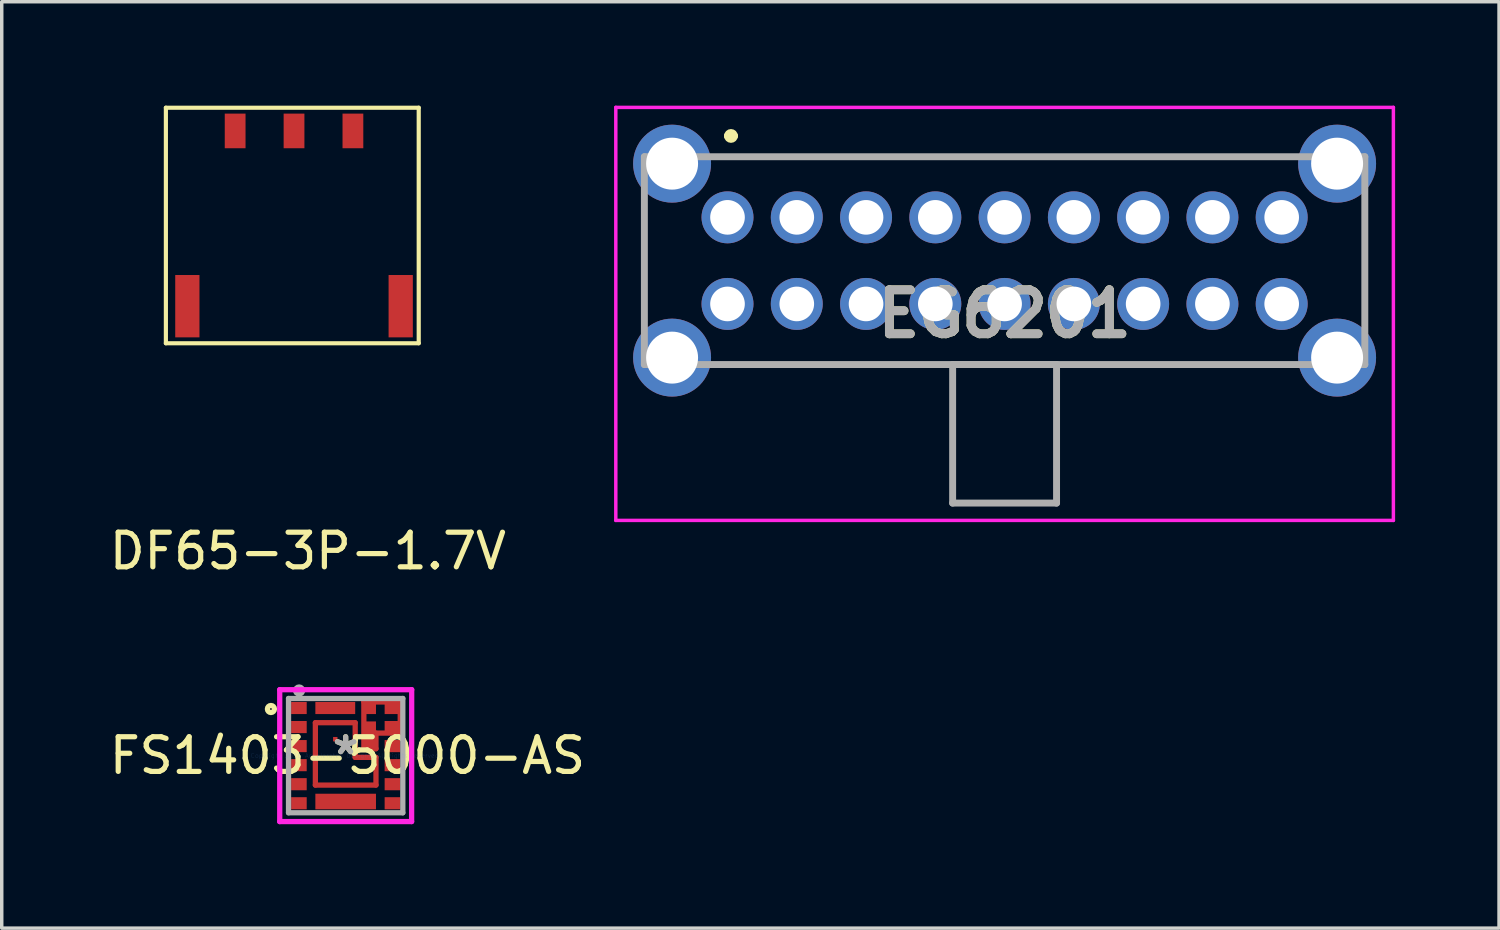
<source format=kicad_pcb>
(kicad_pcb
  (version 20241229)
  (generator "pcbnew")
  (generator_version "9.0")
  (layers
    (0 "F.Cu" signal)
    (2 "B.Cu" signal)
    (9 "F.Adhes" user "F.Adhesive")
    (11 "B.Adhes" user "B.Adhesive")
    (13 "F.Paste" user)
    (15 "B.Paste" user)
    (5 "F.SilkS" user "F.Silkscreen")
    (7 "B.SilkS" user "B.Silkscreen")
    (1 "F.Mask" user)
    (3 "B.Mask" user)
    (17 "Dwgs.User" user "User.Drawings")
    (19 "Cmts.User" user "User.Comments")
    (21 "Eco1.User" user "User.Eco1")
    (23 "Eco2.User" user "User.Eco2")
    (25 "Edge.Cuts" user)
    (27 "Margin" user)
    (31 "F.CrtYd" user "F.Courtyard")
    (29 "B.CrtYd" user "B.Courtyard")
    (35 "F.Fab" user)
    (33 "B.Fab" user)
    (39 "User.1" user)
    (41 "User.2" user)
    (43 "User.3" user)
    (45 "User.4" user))
  (footprint "DF65-3P-1.7V"
    (layer "F.Cu")
    (at 5.439 3.96)
    (property "Reference" "DF65-3P-1.7V" (at 0.4 8.9 0) (layer "F.SilkS") (effects (font (size 1 1) (thickness 0.15))))
    (attr through_hole)
    (fp_line (start -3.7 -3.9) (end -3.7 2.9) (stroke (width 0.12) (type solid)) (layer "F.SilkS"))
    (fp_line (start -3.7 2.9) (end 3.6 2.9) (stroke (width 0.12) (type solid)) (layer "F.SilkS"))
    (fp_line (start 3.6 -3.9) (end -3.7 -3.9) (stroke (width 0.12) (type solid)) (layer "F.SilkS"))
    (fp_line (start 3.6 2.9) (end 3.6 -3.9) (stroke (width 0.12) (type solid)) (layer "F.SilkS"))
    (pad "1" smd rect (at -1.7 -3.23) (size 0.6 1) (layers "F.Cu" "F.Mask" "F.Paste"))
    (pad "2" smd rect (at 0 -3.23) (size 0.6 1) (layers "F.Cu" "F.Mask" "F.Paste"))
    (pad "3" smd rect (at 1.7 -3.23) (size 0.6 1) (layers "F.Cu" "F.Mask" "F.Paste"))
    (pad "MP" smd rect (at -3.08 1.83) (size 0.7 1.8) (layers "F.Cu" "F.Mask" "F.Paste"))
    (pad "MP" smd rect (at 3.08 1.83) (size 0.7 1.8) (layers "F.Cu" "F.Mask" "F.Paste")))
  (footprint "EG6201"
    (layer "F.Cu")
    (at 17.954 3.225)
    (property "Reference" "EG6201" (at 8 2.787 0) (layer "F.SilkS") (effects (font (size 1.27 1.27) (thickness 0.254))))
    (attr through_hole)
    (fp_line (start -2.4 0.25) (end -2.4 2.25) (stroke (width 0.1) (type solid)) (layer "F.SilkS"))
    (fp_line (start 0 -2.35) (end 0 -2.35) (stroke (width 0.2) (type solid)) (layer "F.SilkS"))
    (fp_line (start 0.2 -2.35) (end 0.2 -2.35) (stroke (width 0.2) (type solid)) (layer "F.SilkS"))
    (fp_line (start 0.5 -1.75) (end 15.5 -1.75) (stroke (width 0.1) (type solid)) (layer "F.SilkS"))
    (fp_line (start 0.5 4.25) (end 15.5 4.25) (stroke (width 0.1) (type solid)) (layer "F.SilkS"))
    (fp_line (start 18.4 0.25) (end 18.4 2.25) (stroke (width 0.1) (type solid)) (layer "F.SilkS"))
    (fp_arc (start 0 -2.35) (mid 0.1 -2.45) (end 0.2 -2.35) (stroke (width 0.2) (type solid)) (layer "F.SilkS"))
    (fp_arc (start 0.2 -2.35) (mid 0.1 -2.25) (end 0 -2.35) (stroke (width 0.2) (type solid)) (layer "F.SilkS"))
    (fp_line (start -3.225 -3.175) (end 19.225 -3.175) (stroke (width 0.1) (type solid)) (layer "F.CrtYd"))
    (fp_line (start -3.225 8.75) (end -3.225 -3.175) (stroke (width 0.1) (type solid)) (layer "F.CrtYd"))
    (fp_line (start 19.225 -3.175) (end 19.225 8.75) (stroke (width 0.1) (type solid)) (layer "F.CrtYd"))
    (fp_line (start 19.225 8.75) (end -3.225 8.75) (stroke (width 0.1) (type solid)) (layer "F.CrtYd"))
    (fp_line (start -2.4 -1.75) (end 18.4 -1.75) (stroke (width 0.2) (type solid)) (layer "F.Fab"))
    (fp_line (start -2.4 4.25) (end -2.4 -1.75) (stroke (width 0.2) (type solid)) (layer "F.Fab"))
    (fp_line (start 6.5 4.25) (end 9.5 4.25) (stroke (width 0.2) (type solid)) (layer "F.Fab"))
    (fp_line (start 6.5 8.25) (end 6.5 4.25) (stroke (width 0.2) (type solid)) (layer "F.Fab"))
    (fp_line (start 9.5 4.25) (end 9.5 8.25) (stroke (width 0.2) (type solid)) (layer "F.Fab"))
    (fp_line (start 9.5 8.25) (end 6.5 8.25) (stroke (width 0.2) (type solid)) (layer "F.Fab"))
    (fp_line (start 18.4 -1.75) (end 18.4 4.25) (stroke (width 0.2) (type solid)) (layer "F.Fab"))
    (fp_line (start 18.4 4.25) (end -2.4 4.25) (stroke (width 0.2) (type solid)) (layer "F.Fab"))
    (fp_text user "${REFERENCE}" (at 8 2.787 0) (layer "F.Fab") (effects (font (size 1.27 1.27) (thickness 0.254))))
    (pad "1" thru_hole circle (at 0 0) (size 1.5 1.5) (drill 1) (layers "*.Cu" "*.Mask"))
    (pad "2" thru_hole circle (at 2 0) (size 1.5 1.5) (drill 1) (layers "*.Cu" "*.Mask"))
    (pad "3" thru_hole circle (at 4 0) (size 1.5 1.5) (drill 1) (layers "*.Cu" "*.Mask"))
    (pad "4" thru_hole circle (at 6 0) (size 1.5 1.5) (drill 1) (layers "*.Cu" "*.Mask"))
    (pad "5" thru_hole circle (at 8 0) (size 1.5 1.5) (drill 1) (layers "*.Cu" "*.Mask"))
    (pad "6" thru_hole circle (at 10 0) (size 1.5 1.5) (drill 1) (layers "*.Cu" "*.Mask"))
    (pad "7" thru_hole circle (at 12 0) (size 1.5 1.5) (drill 1) (layers "*.Cu" "*.Mask"))
    (pad "8" thru_hole circle (at 14 0) (size 1.5 1.5) (drill 1) (layers "*.Cu" "*.Mask"))
    (pad "9" thru_hole circle (at 16 0) (size 1.5 1.5) (drill 1) (layers "*.Cu" "*.Mask"))
    (pad "10" thru_hole circle (at 0 2.5) (size 1.5 1.5) (drill 1) (layers "*.Cu" "*.Mask"))
    (pad "11" thru_hole circle (at 2 2.5) (size 1.5 1.5) (drill 1) (layers "*.Cu" "*.Mask"))
    (pad "12" thru_hole circle (at 4 2.5) (size 1.5 1.5) (drill 1) (layers "*.Cu" "*.Mask"))
    (pad "13" thru_hole circle (at 6 2.5) (size 1.5 1.5) (drill 1) (layers "*.Cu" "*.Mask"))
    (pad "14" thru_hole circle (at 8 2.5) (size 1.5 1.5) (drill 1) (layers "*.Cu" "*.Mask"))
    (pad "15" thru_hole circle (at 10 2.5) (size 1.5 1.5) (drill 1) (layers "*.Cu" "*.Mask"))
    (pad "16" thru_hole circle (at 12 2.5) (size 1.5 1.5) (drill 1) (layers "*.Cu" "*.Mask"))
    (pad "17" thru_hole circle (at 14 2.5) (size 1.5 1.5) (drill 1) (layers "*.Cu" "*.Mask"))
    (pad "18" thru_hole circle (at 16 2.5) (size 1.5 1.5) (drill 1) (layers "*.Cu" "*.Mask"))
    (pad "MH1" thru_hole circle (at -1.6 -1.55) (size 2.25 2.25) (drill 1.5) (layers "*.Cu" "*.Mask"))
    (pad "MH2" thru_hole circle (at 17.6 -1.55) (size 2.25 2.25) (drill 1.5) (layers "*.Cu" "*.Mask"))
    (pad "MH3" thru_hole circle (at -1.6 4.05) (size 2.25 2.25) (drill 1.5) (layers "*.Cu" "*.Mask"))
    (pad "MH4" thru_hole circle (at 17.6 4.05) (size 2.25 2.25) (drill 1.5) (layers "*.Cu" "*.Mask")))
  (footprint "FS1403-5000-AS"
    (layer "F.Cu")
    (at 6.93 18.766)
    (property "Reference" "FS1403-5000-AS" (at 0.052 0 0) (layer "F.SilkS") (effects (font (size 1 1) (thickness 0.15))))
    (attr through_hole)
    (fp_line (start -0.875 -0.95) (end 0.275 -0.95) (stroke (width 0.152) (type solid)) (layer "F.Cu"))
    (fp_line (start -0.875 0.85) (end -0.875 -0.95) (stroke (width 0.152) (type solid)) (layer "F.Cu"))
    (fp_line (start 0.275 0.05) (end 0.875 0.05) (stroke (width 0.152) (type solid)) (layer "F.Cu"))
    (fp_line (start 0.275 -0.95) (end 0.275 0.05) (stroke (width 0.152) (type solid)) (layer "F.Cu"))
    (fp_line (start 0.525 -1.55) (end 1.575 -1.55) (stroke (width 0.152) (type solid)) (layer "F.Cu"))
    (fp_line (start 0.525 -0.2) (end 0.525 -1.55) (stroke (width 0.152) (type solid)) (layer "F.Cu"))
    (fp_line (start 0.875 -0.2) (end 0.525 -0.2) (stroke (width 0.152) (type solid)) (layer "F.Cu"))
    (fp_line (start 0.875 -0.65) (end 0.875 -0.2) (stroke (width 0.152) (type solid)) (layer "F.Cu"))
    (fp_line (start 0.875 0.05) (end 0.875 0.85) (stroke (width 0.152) (type solid)) (layer "F.Cu"))
    (fp_line (start 0.875 0.85) (end -0.875 0.85) (stroke (width 0.152) (type solid)) (layer "F.Cu"))
    (fp_line (start 1.575 -1.55) (end 1.575 -0.65) (stroke (width 0.152) (type solid)) (layer "F.Cu"))
    (fp_line (start 1.575 -0.65) (end 0.875 -0.65) (stroke (width 0.152) (type solid)) (layer "F.Cu"))
    (fp_line (start -1.65 -1.6) (end -1.05 -1.6) (stroke (width 0.152) (type solid)) (layer "F.Mask"))
    (fp_line (start -1.65 -1.15) (end -1.65 -1.6) (stroke (width 0.152) (type solid)) (layer "F.Mask"))
    (fp_line (start -1.65 -1.05) (end -1.05 -1.05) (stroke (width 0.152) (type solid)) (layer "F.Mask"))
    (fp_line (start -1.65 -0.6) (end -1.65 -1.05) (stroke (width 0.152) (type solid)) (layer "F.Mask"))
    (fp_line (start -1.65 -0.5) (end -1.05 -0.5) (stroke (width 0.152) (type solid)) (layer "F.Mask"))
    (fp_line (start -1.65 -0.05) (end -1.65 -0.5) (stroke (width 0.152) (type solid)) (layer "F.Mask"))
    (fp_line (start -1.65 0.05) (end -1.05 0.05) (stroke (width 0.152) (type solid)) (layer "F.Mask"))
    (fp_line (start -1.65 0.5) (end -1.65 0.05) (stroke (width 0.152) (type solid)) (layer "F.Mask"))
    (fp_line (start -1.65 0.6) (end -1.05 0.6) (stroke (width 0.152) (type solid)) (layer "F.Mask"))
    (fp_line (start -1.65 1.05) (end -1.65 0.6) (stroke (width 0.152) (type solid)) (layer "F.Mask"))
    (fp_line (start -1.65 1.15) (end -1.05 1.15) (stroke (width 0.152) (type solid)) (layer "F.Mask"))
    (fp_line (start -1.65 1.6) (end -1.65 1.15) (stroke (width 0.152) (type solid)) (layer "F.Mask"))
    (fp_line (start -1.05 -1.6) (end -1.05 -1.15) (stroke (width 0.152) (type solid)) (layer "F.Mask"))
    (fp_line (start -1.05 -1.15) (end -1.65 -1.15) (stroke (width 0.152) (type solid)) (layer "F.Mask"))
    (fp_line (start -1.05 -1.05) (end -1.05 -0.6) (stroke (width 0.152) (type solid)) (layer "F.Mask"))
    (fp_line (start -1.05 -0.6) (end -1.65 -0.6) (stroke (width 0.152) (type solid)) (layer "F.Mask"))
    (fp_line (start -1.05 -0.5) (end -1.05 -0.05) (stroke (width 0.152) (type solid)) (layer "F.Mask"))
    (fp_line (start -1.05 -0.05) (end -1.65 -0.05) (stroke (width 0.152) (type solid)) (layer "F.Mask"))
    (fp_line (start -1.05 0.05) (end -1.05 0.5) (stroke (width 0.152) (type solid)) (layer "F.Mask"))
    (fp_line (start -1.05 0.5) (end -1.65 0.5) (stroke (width 0.152) (type solid)) (layer "F.Mask"))
    (fp_line (start -1.05 0.6) (end -1.05 1.05) (stroke (width 0.152) (type solid)) (layer "F.Mask"))
    (fp_line (start -1.05 1.05) (end -1.65 1.05) (stroke (width 0.152) (type solid)) (layer "F.Mask"))
    (fp_line (start -1.05 1.15) (end -1.05 1.6) (stroke (width 0.152) (type solid)) (layer "F.Mask"))
    (fp_line (start -1.05 1.6) (end -1.65 1.6) (stroke (width 0.152) (type solid)) (layer "F.Mask"))
    (fp_line (start -0.95 -1.625) (end 0.35 -1.625) (stroke (width 0.152) (type solid)) (layer "F.Mask"))
    (fp_line (start -0.95 -1.125) (end -0.95 -1.625) (stroke (width 0.152) (type solid)) (layer "F.Mask"))
    (fp_line (start -0.95 1.025) (end -0.95 1.625) (stroke (width 0.152) (type solid)) (layer "F.Mask"))
    (fp_line (start -0.95 1.625) (end 0.95 1.625) (stroke (width 0.152) (type solid)) (layer "F.Mask"))
    (fp_line (start -0.95 -1.025) (end -0.95 0.925) (stroke (width 0.152) (type solid)) (layer "F.Mask"))
    (fp_line (start -0.95 0.925) (end 0.95 0.925) (stroke (width 0.152) (type solid)) (layer "F.Mask"))
    (fp_line (start 0.35 -0.025) (end 0.35 -1.025) (stroke (width 0.152) (type solid)) (layer "F.Mask"))
    (fp_line (start 0.35 -1.025) (end -0.95 -1.025) (stroke (width 0.152) (type solid)) (layer "F.Mask"))
    (fp_line (start 0.35 -1.625) (end 0.35 -1.125) (stroke (width 0.152) (type solid)) (layer "F.Mask"))
    (fp_line (start 0.35 -1.125) (end -0.95 -1.125) (stroke (width 0.152) (type solid)) (layer "F.Mask"))
    (fp_line (start 0.45 -1.625) (end 1.65 -1.625) (stroke (width 0.152) (type solid)) (layer "F.Mask"))
    (fp_line (start 0.45 -0.125) (end 0.45 -1.625) (stroke (width 0.152) (type solid)) (layer "F.Mask"))
    (fp_line (start 0.95 -0.025) (end 0.35 -0.025) (stroke (width 0.152) (type solid)) (layer "F.Mask"))
    (fp_line (start 0.95 1.025) (end -0.95 1.025) (stroke (width 0.152) (type solid)) (layer "F.Mask"))
    (fp_line (start 0.95 1.625) (end 0.95 1.025) (stroke (width 0.152) (type solid)) (layer "F.Mask"))
    (fp_line (start 0.95 -0.125) (end 0.45 -0.125) (stroke (width 0.152) (type solid)) (layer "F.Mask"))
    (fp_line (start 0.95 -0.6) (end 0.95 -0.125) (stroke (width 0.152) (type solid)) (layer "F.Mask"))
    (fp_line (start 0.95 0.925) (end 0.95 -0.025) (stroke (width 0.152) (type solid)) (layer "F.Mask"))
    (fp_line (start 1.05 -0.5) (end 1.65 -0.5) (stroke (width 0.152) (type solid)) (layer "F.Mask"))
    (fp_line (start 1.05 -0.05) (end 1.05 -0.5) (stroke (width 0.152) (type solid)) (layer "F.Mask"))
    (fp_line (start 1.05 0.05) (end 1.65 0.05) (stroke (width 0.152) (type solid)) (layer "F.Mask"))
    (fp_line (start 1.05 0.5) (end 1.05 0.05) (stroke (width 0.152) (type solid)) (layer "F.Mask"))
    (fp_line (start 1.05 0.6) (end 1.65 0.6) (stroke (width 0.152) (type solid)) (layer "F.Mask"))
    (fp_line (start 1.05 1.05) (end 1.05 0.6) (stroke (width 0.152) (type solid)) (layer "F.Mask"))
    (fp_line (start 1.05 1.15) (end 1.65 1.15) (stroke (width 0.152) (type solid)) (layer "F.Mask"))
    (fp_line (start 1.05 1.6) (end 1.05 1.15) (stroke (width 0.152) (type solid)) (layer "F.Mask"))
    (fp_line (start 1.65 -1.625) (end 1.65 -0.6) (stroke (width 0.152) (type solid)) (layer "F.Mask"))
    (fp_line (start 1.65 -0.6) (end 0.95 -0.6) (stroke (width 0.152) (type solid)) (layer "F.Mask"))
    (fp_line (start 1.65 -0.5) (end 1.65 -0.05) (stroke (width 0.152) (type solid)) (layer "F.Mask"))
    (fp_line (start 1.65 -0.05) (end 1.05 -0.05) (stroke (width 0.152) (type solid)) (layer "F.Mask"))
    (fp_line (start 1.65 0.05) (end 1.65 0.5) (stroke (width 0.152) (type solid)) (layer "F.Mask"))
    (fp_line (start 1.65 0.5) (end 1.05 0.5) (stroke (width 0.152) (type solid)) (layer "F.Mask"))
    (fp_line (start 1.65 0.6) (end 1.65 1.05) (stroke (width 0.152) (type solid)) (layer "F.Mask"))
    (fp_line (start 1.65 1.05) (end 1.05 1.05) (stroke (width 0.152) (type solid)) (layer "F.Mask"))
    (fp_line (start 1.65 1.15) (end 1.65 1.6) (stroke (width 0.152) (type solid)) (layer "F.Mask"))
    (fp_line (start 1.65 1.6) (end 1.05 1.6) (stroke (width 0.152) (type solid)) (layer "F.Mask"))
    (fp_circle (center -2.158 -1.346) (end -2.056 -1.346) (stroke (width 0.152) (type solid)) (fill no) (layer "F.SilkS"))
    (fp_line (start -0.795 1.15) (end -0.075 1.15) (stroke (width 0.152) (type solid)) (layer "F.Paste"))
    (fp_line (start -0.795 1.5) (end -0.795 1.15) (stroke (width 0.152) (type solid)) (layer "F.Paste"))
    (fp_line (start -0.76 0.175) (end -0.11 0.175) (stroke (width 0.152) (type solid)) (layer "F.Paste"))
    (fp_line (start -0.76 0.725) (end -0.76 0.175) (stroke (width 0.152) (type solid)) (layer "F.Paste"))
    (fp_line (start -0.725 -0.8) (end 0.125 -0.8) (stroke (width 0.152) (type solid)) (layer "F.Paste"))
    (fp_line (start -0.725 -0.15) (end -0.725 -0.8) (stroke (width 0.152) (type solid)) (layer "F.Paste"))
    (fp_line (start -0.11 0.175) (end -0.11 0.725) (stroke (width 0.152) (type solid)) (layer "F.Paste"))
    (fp_line (start -0.11 0.725) (end -0.76 0.725) (stroke (width 0.152) (type solid)) (layer "F.Paste"))
    (fp_line (start -0.075 1.15) (end -0.075 1.5) (stroke (width 0.152) (type solid)) (layer "F.Paste"))
    (fp_line (start -0.075 1.5) (end -0.795 1.5) (stroke (width 0.152) (type solid)) (layer "F.Paste"))
    (fp_line (start 0.075 1.15) (end 0.795 1.15) (stroke (width 0.152) (type solid)) (layer "F.Paste"))
    (fp_line (start 0.075 1.5) (end 0.075 1.15) (stroke (width 0.152) (type solid)) (layer "F.Paste"))
    (fp_line (start 0.11 0.175) (end 0.11 0.725) (stroke (width 0.152) (type solid)) (layer "F.Paste"))
    (fp_line (start 0.11 0.725) (end 0.76 0.725) (stroke (width 0.152) (type solid)) (layer "F.Paste"))
    (fp_line (start 0.125 -0.8) (end 0.125 -0.15) (stroke (width 0.152) (type solid)) (layer "F.Paste"))
    (fp_line (start 0.125 -0.15) (end -0.725 -0.15) (stroke (width 0.152) (type solid)) (layer "F.Paste"))
    (fp_line (start 0.55 -1.525) (end 0.55 -0.225) (stroke (width 0.152) (type solid)) (layer "F.Paste"))
    (fp_line (start 0.55 -0.225) (end 0.85 -0.225) (stroke (width 0.152) (type solid)) (layer "F.Paste"))
    (fp_line (start 0.76 0.175) (end 0.11 0.175) (stroke (width 0.152) (type solid)) (layer "F.Paste"))
    (fp_line (start 0.76 0.725) (end 0.76 0.175) (stroke (width 0.152) (type solid)) (layer "F.Paste"))
    (fp_line (start 0.795 1.15) (end 0.795 1.5) (stroke (width 0.152) (type solid)) (layer "F.Paste"))
    (fp_line (start 0.795 1.5) (end 0.075 1.5) (stroke (width 0.152) (type solid)) (layer "F.Paste"))
    (fp_line (start 0.85 -1.525) (end 0.55 -1.525) (stroke (width 0.152) (type solid)) (layer "F.Paste"))
    (fp_line (start 0.85 -0.225) (end 0.85 -1.525) (stroke (width 0.152) (type solid)) (layer "F.Paste"))
    (fp_line (start -1.904 -1.904) (end -1.904 1.904) (stroke (width 0.152) (type solid)) (layer "F.CrtYd"))
    (fp_line (start -1.904 1.904) (end 1.904 1.904) (stroke (width 0.152) (type solid)) (layer "F.CrtYd"))
    (fp_line (start 1.904 1.904) (end 1.906 -1.904) (stroke (width 0.152) (type solid)) (layer "F.CrtYd"))
    (fp_line (start 1.906 -1.904) (end -1.904 -1.904) (stroke (width 0.152) (type solid)) (layer "F.CrtYd"))
    (fp_line (start -1.65 -1.65) (end -1.65 1.65) (stroke (width 0.152) (type solid)) (layer "F.Fab"))
    (fp_line (start -1.65 1.65) (end 1.65 1.65) (stroke (width 0.152) (type solid)) (layer "F.Fab"))
    (fp_line (start 1.65 -1.65) (end -1.65 -1.65) (stroke (width 0.152) (type solid)) (layer "F.Fab"))
    (fp_line (start 1.65 1.65) (end 1.65 -1.65) (stroke (width 0.152) (type solid)) (layer "F.Fab"))
    (fp_circle (center -1.345 -1.88) (end -1.243 -1.88) (stroke (width 0.152) (type solid)) (fill no) (layer "F.Fab"))
    (fp_text user "*" (at 0 0 0) (layer "F.SilkS") (effects (font (size 1 1) (thickness 0.15))))
    (fp_text user "Copyright 2016 Accelerated Designs. All rights reserved." (at 0 0 0) (layer "Cmts.User") (effects (font (size 0.127 0.127) (thickness 0.002))))
    (fp_text user "*" (at 0 0 0) (layer "F.Fab") (effects (font (size 1 1) (thickness 0.15))))
    (pad "1" smd rect (at -1.35 -1.375) (size 0.45 0.35) (layers "F.Cu" "F.Mask" "F.Paste"))
    (pad "2" smd rect (at -1.35 -0.825) (size 0.45 0.35) (layers "F.Cu" "F.Mask" "F.Paste"))
    (pad "3" smd rect (at -1.35 -0.275) (size 0.45 0.35) (layers "F.Cu" "F.Mask" "F.Paste"))
    (pad "4" smd rect (at -1.35 0.275) (size 0.45 0.35) (layers "F.Cu" "F.Mask" "F.Paste"))
    (pad "5" smd rect (at -1.35 0.825) (size 0.45 0.35) (layers "F.Cu" "F.Mask" "F.Paste"))
    (pad "6" smd rect (at -1.35 1.375) (size 0.45 0.35) (layers "F.Cu" "F.Mask" "F.Paste"))
    (pad "7" smd rect (at 0 1.325) (size 1.75 0.45) (layers "F.Cu" "F.Mask" "F.Paste"))
    (pad "8" smd rect (at 1.35 1.375) (size 0.45 0.35) (layers "F.Cu" "F.Mask" "F.Paste"))
    (pad "9" smd rect (at 1.35 0.825) (size 0.45 0.35) (layers "F.Cu" "F.Mask" "F.Paste"))
    (pad "10" smd rect (at 1.35 0.275) (size 0.45 0.35) (layers "F.Cu" "F.Mask" "F.Paste"))
    (pad "11" smd rect (at 1.35 -0.275) (size 0.45 0.35) (layers "F.Cu" "F.Mask" "F.Paste"))
    (pad "12" smd rect (at 1.35 -0.825) (size 0.45 0.35) (layers "F.Cu" "F.Mask" "F.Paste"))
    (pad "13" smd rect (at 1.35 -1.375) (size 0.45 0.35) (layers "F.Cu" "F.Mask" "F.Paste"))
    (pad "14" smd rect (at 0.7 -1.375) (size 0.35 0.35) (layers "F.Cu" "F.Mask" "F.Paste"))
    (pad "15" smd rect (at -0.3 -1.375) (size 1.15 0.35) (layers "F.Cu" "F.Mask" "F.Paste"))
    (pad "16" smd rect (at -0.3 -0.475) (size 0.127 0.127) (layers "F.Cu" "F.Mask" "F.Paste"))
    (pad "17" smd rect (at 0.7 -0.594) (size 0.35 0.787) (layers "F.Cu" "F.Mask" "F.Paste")))
  (gr_rect
    (start -3 -3)
    (end 40.229 23.746)
    (stroke (width 0.1) (type default))
    (fill no)
    (layer "Edge.Cuts")))
</source>
